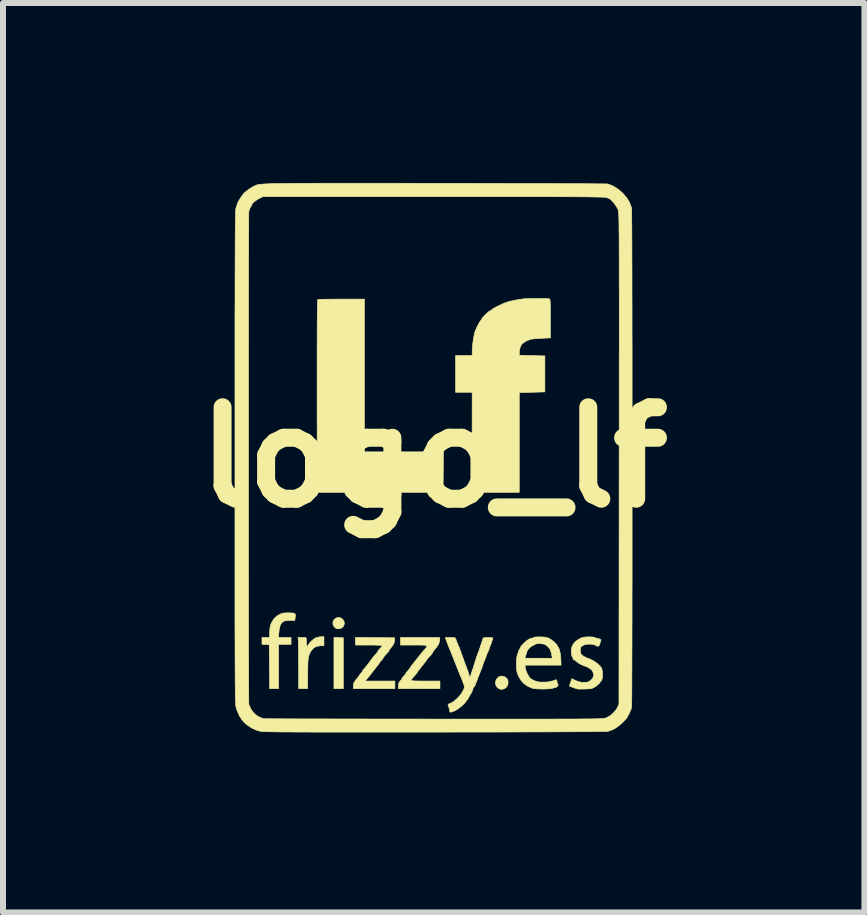
<source format=kicad_pcb>
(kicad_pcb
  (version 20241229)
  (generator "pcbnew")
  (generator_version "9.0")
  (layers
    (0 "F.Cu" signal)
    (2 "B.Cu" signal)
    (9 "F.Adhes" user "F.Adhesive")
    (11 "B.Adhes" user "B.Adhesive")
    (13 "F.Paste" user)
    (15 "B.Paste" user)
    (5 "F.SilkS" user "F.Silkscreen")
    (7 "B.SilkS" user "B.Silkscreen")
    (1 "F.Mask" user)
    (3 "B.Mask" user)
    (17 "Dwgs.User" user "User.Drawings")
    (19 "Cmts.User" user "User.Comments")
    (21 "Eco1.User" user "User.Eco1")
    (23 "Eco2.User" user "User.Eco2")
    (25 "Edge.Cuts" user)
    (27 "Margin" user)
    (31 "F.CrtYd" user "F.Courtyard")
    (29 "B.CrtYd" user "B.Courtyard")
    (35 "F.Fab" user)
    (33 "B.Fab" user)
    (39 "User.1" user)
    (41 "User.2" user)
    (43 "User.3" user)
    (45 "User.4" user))
  (footprint "logo_lf"
    (layer "F.Cu")
    (at 4.18 4.574)
    (property "Reference" "logo_lf" (at 0 0 0) (layer "F.SilkS") (effects (font (size 1.524 1.524) (thickness 0.3))))
    (attr through_hole)
    (fp_poly (pts (xy -1.585 3.004) (xy -1.507 3.008) (xy -1.507 3.432) (xy -1.507 3.856) (xy -1.663 3.856) (xy -1.663 3.001) (xy -1.585 3.004)) (stroke (width 0.01) (type solid)) (fill yes) (layer "F.SilkS"))
    (fp_poly (pts (xy -1.534 2.685) (xy -1.52 2.697) (xy -1.495 2.735) (xy -1.49 2.776) (xy -1.503 2.813) (xy -1.531 2.842) (xy -1.573 2.858) (xy -1.587 2.859) (xy -1.62 2.855) (xy -1.646 2.838) (xy -1.658 2.825) (xy -1.679 2.786) (xy -1.681 2.748) (xy -1.667 2.714) (xy -1.642 2.687) (xy -1.609 2.671) (xy -1.572 2.669) (xy -1.534 2.685)) (stroke (width 0.01) (type solid)) (fill yes) (layer "F.SilkS"))
    (fp_poly (pts (xy 1.174 3.654) (xy 1.178 3.656) (xy 1.215 3.681) (xy 1.235 3.712) (xy 1.24 3.743) (xy 1.235 3.791) (xy 1.214 3.829) (xy 1.182 3.855) (xy 1.143 3.867) (xy 1.101 3.863) (xy 1.063 3.839) (xy 1.058 3.834) (xy 1.034 3.794) (xy 1.029 3.753) (xy 1.039 3.713) (xy 1.061 3.679) (xy 1.093 3.655) (xy 1.131 3.645) (xy 1.174 3.654)) (stroke (width 0.01) (type solid)) (fill yes) (layer "F.SilkS"))
    (fp_poly (pts (xy -2.359 2.594) (xy -2.343 2.597) (xy -2.316 2.605) (xy -2.306 2.619) (xy -2.306 2.633) (xy -2.309 2.668) (xy -2.312 2.693) (xy -2.314 2.709) (xy -2.321 2.718) (xy -2.338 2.721) (xy -2.371 2.72) (xy -2.39 2.719) (xy -2.452 2.72) (xy -2.499 2.731) (xy -2.533 2.757) (xy -2.558 2.798) (xy -2.573 2.857) (xy -2.583 2.93) (xy -2.589 3.002) (xy -2.378 3.002) (xy -2.378 3.117) (xy -2.586 3.117) (xy -2.586 3.856) (xy -2.736 3.856) (xy -2.739 3.49) (xy -2.742 3.123) (xy -2.803 3.12) (xy -2.863 3.116) (xy -2.863 3.002) (xy -2.736 3.002) (xy -2.735 2.941) (xy -2.733 2.88) (xy -2.728 2.834) (xy -2.72 2.797) (xy -2.706 2.76) (xy -2.704 2.757) (xy -2.664 2.692) (xy -2.608 2.639) (xy -2.542 2.605) (xy -2.528 2.601) (xy -2.496 2.595) (xy -2.45 2.592) (xy -2.401 2.592) (xy -2.359 2.594)) (stroke (width 0.01) (type solid)) (fill yes) (layer "F.SilkS"))
    (fp_poly (pts (xy -1.155 -0.092) (xy 0.162 -0.092) (xy 0.159 0.245) (xy 0.156 0.583) (xy -0.892 0.583) (xy -1.045 0.583) (xy -1.192 0.583) (xy -1.33 0.583) (xy -1.459 0.583) (xy -1.575 0.583) (xy -1.679 0.583) (xy -1.767 0.583) (xy -1.84 0.583) (xy -1.894 0.583) (xy -1.928 0.583) (xy -1.941 0.583) (xy -1.941 0.583) (xy -1.941 0.572) (xy -1.941 0.539) (xy -1.942 0.485) (xy -1.942 0.412) (xy -1.942 0.322) (xy -1.942 0.215) (xy -1.943 0.092) (xy -1.943 -0.044) (xy -1.943 -0.193) (xy -1.943 -0.353) (xy -1.943 -0.523) (xy -1.944 -0.702) (xy -1.944 -0.888) (xy -1.944 -1.02) (xy -1.944 -1.277) (xy -1.944 -1.512) (xy -1.944 -1.725) (xy -1.943 -1.916) (xy -1.943 -2.084) (xy -1.942 -2.23) (xy -1.941 -2.354) (xy -1.94 -2.455) (xy -1.939 -2.533) (xy -1.937 -2.588) (xy -1.935 -2.621) (xy -1.934 -2.63) (xy -1.92 -2.632) (xy -1.886 -2.634) (xy -1.834 -2.635) (xy -1.767 -2.636) (xy -1.689 -2.637) (xy -1.602 -2.638) (xy -1.538 -2.638) (xy -1.155 -2.638) (xy -1.155 -0.092)) (stroke (width 0.01) (type solid)) (fill yes) (layer "F.SilkS"))
    (fp_poly (pts (xy -1.83 3.14) (xy -1.885 3.14) (xy -1.95 3.15) (xy -2.003 3.178) (xy -2.044 3.226) (xy -2.057 3.249) (xy -2.07 3.275) (xy -2.08 3.299) (xy -2.087 3.325) (xy -2.092 3.357) (xy -2.096 3.398) (xy -2.098 3.451) (xy -2.099 3.519) (xy -2.1 3.606) (xy -2.1 3.634) (xy -2.101 3.856) (xy -2.251 3.856) (xy -2.252 3.472) (xy -2.253 3.378) (xy -2.253 3.29) (xy -2.254 3.211) (xy -2.255 3.169) (xy -2.113 3.169) (xy -2.107 3.175) (xy -2.101 3.169) (xy -2.107 3.163) (xy -2.113 3.169) (xy -2.255 3.169) (xy -2.255 3.143) (xy -2.256 3.091) (xy -2.257 3.056) (xy -2.258 3.045) (xy -2.262 3.002) (xy -2.193 3.002) (xy -2.155 3.002) (xy -2.134 3.006) (xy -2.126 3.014) (xy -2.123 3.032) (xy -2.123 3.036) (xy -2.121 3.075) (xy -2.12 3.105) (xy -2.116 3.136) (xy -2.107 3.147) (xy -2.096 3.138) (xy -2.091 3.128) (xy -2.071 3.096) (xy -2.037 3.06) (xy -1.998 3.028) (xy -1.96 3.006) (xy -1.952 3.003) (xy -1.912 2.994) (xy -1.871 2.99) (xy -1.83 2.99) (xy -1.83 3.14)) (stroke (width 0.01) (type solid)) (fill yes) (layer "F.SilkS"))
    (fp_poly (pts (xy 0.098 3.054) (xy 0.086 3.106) (xy 0.062 3.146) (xy 0.02 3.197) (xy -0.008 3.234) (xy -0.022 3.257) (xy -0.023 3.262) (xy -0.029 3.274) (xy -0.037 3.283) (xy -0.067 3.316) (xy -0.094 3.345) (xy -0.113 3.369) (xy -0.121 3.382) (xy -0.121 3.383) (xy -0.122 3.389) (xy -0.129 3.398) (xy -0.146 3.417) (xy -0.168 3.444) (xy -0.173 3.451) (xy -0.199 3.484) (xy -0.229 3.522) (xy -0.24 3.535) (xy -0.261 3.563) (xy -0.275 3.583) (xy -0.277 3.589) (xy -0.285 3.601) (xy -0.304 3.624) (xy -0.326 3.649) (xy -0.353 3.679) (xy -0.371 3.704) (xy -0.378 3.716) (xy -0.372 3.721) (xy -0.351 3.724) (xy -0.312 3.727) (xy -0.255 3.728) (xy -0.176 3.729) (xy -0.139 3.729) (xy 0.104 3.729) (xy 0.104 3.856) (xy -0.589 3.856) (xy -0.589 3.806) (xy -0.585 3.767) (xy -0.569 3.739) (xy -0.56 3.729) (xy -0.54 3.707) (xy -0.531 3.69) (xy -0.531 3.689) (xy -0.523 3.673) (xy -0.504 3.65) (xy -0.497 3.643) (xy -0.476 3.621) (xy -0.467 3.607) (xy -0.467 3.605) (xy -0.463 3.594) (xy -0.446 3.573) (xy -0.432 3.558) (xy -0.41 3.532) (xy -0.395 3.513) (xy -0.393 3.508) (xy -0.386 3.495) (xy -0.369 3.472) (xy -0.355 3.454) (xy -0.318 3.407) (xy -0.283 3.363) (xy -0.25 3.321) (xy -0.229 3.294) (xy -0.2 3.258) (xy -0.177 3.232) (xy -0.146 3.197) (xy -0.125 3.171) (xy -0.115 3.153) (xy -0.118 3.141) (xy -0.136 3.133) (xy -0.171 3.13) (xy -0.224 3.129) (xy -0.297 3.129) (xy -0.329 3.129) (xy -0.554 3.129) (xy -0.554 3.002) (xy 0.101 3.002) (xy 0.098 3.054)) (stroke (width 0.01) (type solid)) (fill yes) (layer "F.SilkS"))
    (fp_poly (pts (xy -0.652 3.008) (xy -0.652 3.048) (xy -0.66 3.093) (xy -0.687 3.142) (xy -0.726 3.189) (xy -0.742 3.21) (xy -0.747 3.221) (xy -0.746 3.221) (xy -0.745 3.228) (xy -0.753 3.237) (xy -0.784 3.271) (xy -0.813 3.303) (xy -0.833 3.328) (xy -0.842 3.342) (xy -0.842 3.343) (xy -0.848 3.355) (xy -0.866 3.377) (xy -0.876 3.389) (xy -0.898 3.414) (xy -0.91 3.432) (xy -0.912 3.436) (xy -0.919 3.448) (xy -0.937 3.472) (xy -0.95 3.487) (xy -0.981 3.526) (xy -1.013 3.567) (xy -1.022 3.579) (xy -1.05 3.617) (xy -1.084 3.659) (xy -1.101 3.678) (xy -1.146 3.729) (xy -0.647 3.729) (xy -0.647 3.856) (xy -1.339 3.856) (xy -1.339 3.804) (xy -1.336 3.77) (xy -1.329 3.753) (xy -1.326 3.752) (xy -1.318 3.748) (xy -1.319 3.745) (xy -1.316 3.734) (xy -1.301 3.712) (xy -1.287 3.696) (xy -1.264 3.67) (xy -1.25 3.651) (xy -1.247 3.646) (xy -1.24 3.633) (xy -1.222 3.61) (xy -1.211 3.597) (xy -1.192 3.573) (xy -1.182 3.558) (xy -1.183 3.556) (xy -1.181 3.549) (xy -1.167 3.532) (xy -1.165 3.53) (xy -1.144 3.506) (xy -1.115 3.471) (xy -1.084 3.431) (xy -1.056 3.393) (xy -1.036 3.365) (xy -1.033 3.362) (xy -1.025 3.349) (xy -1.016 3.337) (xy -1 3.319) (xy -0.975 3.29) (xy -0.962 3.276) (xy -0.941 3.251) (xy -0.93 3.234) (xy -0.93 3.23) (xy -0.925 3.22) (xy -0.908 3.2) (xy -0.895 3.186) (xy -0.871 3.162) (xy -0.857 3.143) (xy -0.854 3.138) (xy -0.865 3.135) (xy -0.896 3.133) (xy -0.943 3.131) (xy -1.002 3.129) (xy -1.07 3.129) (xy -1.079 3.129) (xy -1.305 3.129) (xy -1.305 3.001) (xy -0.652 3.008)) (stroke (width 0.01) (type solid)) (fill yes) (layer "F.SilkS"))
    (fp_poly (pts (xy 1.81 -2.648) (xy 1.863 -2.647) (xy 1.903 -2.645) (xy 1.926 -2.642) (xy 1.929 -2.642) (xy 1.934 -2.637) (xy 1.938 -2.625) (xy 1.941 -2.604) (xy 1.943 -2.571) (xy 1.944 -2.524) (xy 1.945 -2.46) (xy 1.945 -2.376) (xy 1.945 -2.313) (xy 1.945 -1.992) (xy 1.801 -1.985) (xy 1.723 -1.98) (xy 1.665 -1.975) (xy 1.623 -1.969) (xy 1.594 -1.961) (xy 1.575 -1.951) (xy 1.573 -1.949) (xy 1.561 -1.943) (xy 1.559 -1.945) (xy 1.551 -1.946) (xy 1.54 -1.939) (xy 1.514 -1.92) (xy 1.498 -1.911) (xy 1.468 -1.885) (xy 1.445 -1.843) (xy 1.43 -1.792) (xy 1.427 -1.761) (xy 1.425 -1.703) (xy 1.639 -1.697) (xy 1.853 -1.691) (xy 1.853 -1.091) (xy 1.426 -1.079) (xy 1.426 -0.248) (xy 1.426 0.583) (xy 1.035 0.583) (xy 0.943 0.583) (xy 0.858 0.583) (xy 0.783 0.582) (xy 0.722 0.581) (xy 0.676 0.58) (xy 0.649 0.578) (xy 0.642 0.577) (xy 0.641 0.565) (xy 0.641 0.532) (xy 0.641 0.479) (xy 0.64 0.408) (xy 0.64 0.322) (xy 0.64 0.222) (xy 0.64 0.11) (xy 0.64 -0.012) (xy 0.64 -0.143) (xy 0.64 -0.257) (xy 0.641 -1.085) (xy 0.364 -1.085) (xy 0.364 -1.697) (xy 0.642 -1.697) (xy 0.641 -1.752) (xy 0.643 -1.807) (xy 0.648 -1.875) (xy 0.656 -1.934) (xy 1.512 -1.934) (xy 1.518 -1.928) (xy 1.524 -1.934) (xy 1.518 -1.94) (xy 1.512 -1.934) (xy 0.656 -1.934) (xy 0.657 -1.945) (xy 0.668 -2.012) (xy 0.68 -2.066) (xy 0.683 -2.078) (xy 0.697 -2.118) (xy 0.717 -2.164) (xy 0.739 -2.209) (xy 0.759 -2.246) (xy 0.775 -2.271) (xy 0.779 -2.274) (xy 0.794 -2.293) (xy 0.797 -2.302) (xy 0.804 -2.316) (xy 0.824 -2.34) (xy 0.852 -2.37) (xy 0.881 -2.398) (xy 0.907 -2.422) (xy 0.925 -2.435) (xy 0.929 -2.436) (xy 0.945 -2.443) (xy 0.96 -2.455) (xy 0.989 -2.478) (xy 1.027 -2.5) (xy 1.081 -2.527) (xy 1.085 -2.529) (xy 1.121 -2.546) (xy 1.152 -2.56) (xy 1.161 -2.565) (xy 1.187 -2.575) (xy 1.201 -2.579) (xy 1.225 -2.586) (xy 1.23 -2.589) (xy 1.251 -2.597) (xy 1.271 -2.602) (xy 1.306 -2.609) (xy 1.328 -2.614) (xy 1.4 -2.628) (xy 1.484 -2.641) (xy 1.516 -2.644) (xy 1.563 -2.646) (xy 1.621 -2.647) (xy 1.684 -2.648) (xy 1.749 -2.648) (xy 1.81 -2.648)) (stroke (width 0.01) (type solid)) (fill yes) (layer "F.SilkS"))
    (fp_poly (pts (xy 2.63 2.994) (xy 2.664 2.997) (xy 2.683 3.001) (xy 2.685 3.003) (xy 2.701 3.012) (xy 2.712 3.013) (xy 2.737 3.018) (xy 2.761 3.027) (xy 2.79 3.041) (xy 2.773 3.096) (xy 2.76 3.132) (xy 2.748 3.148) (xy 2.73 3.148) (xy 2.702 3.135) (xy 2.701 3.134) (xy 2.655 3.118) (xy 2.602 3.113) (xy 2.549 3.116) (xy 2.501 3.129) (xy 2.466 3.149) (xy 2.45 3.169) (xy 2.443 3.203) (xy 2.445 3.243) (xy 2.455 3.277) (xy 2.46 3.286) (xy 2.479 3.302) (xy 2.508 3.321) (xy 2.537 3.337) (xy 2.552 3.343) (xy 2.613 3.365) (xy 2.675 3.399) (xy 2.731 3.439) (xy 2.776 3.483) (xy 2.799 3.515) (xy 2.808 3.547) (xy 2.813 3.591) (xy 2.814 3.639) (xy 2.81 3.683) (xy 2.801 3.712) (xy 2.758 3.77) (xy 2.703 3.818) (xy 2.641 3.851) (xy 2.632 3.853) (xy 2.614 3.856) (xy 2.58 3.859) (xy 2.537 3.861) (xy 2.492 3.862) (xy 2.45 3.863) (xy 2.417 3.863) (xy 2.4 3.861) (xy 2.399 3.861) (xy 2.385 3.856) (xy 2.372 3.852) (xy 2.345 3.845) (xy 2.315 3.833) (xy 2.288 3.823) (xy 2.271 3.82) (xy 2.27 3.82) (xy 2.265 3.813) (xy 2.269 3.789) (xy 2.28 3.753) (xy 2.288 3.733) (xy 2.297 3.707) (xy 2.299 3.692) (xy 2.307 3.692) (xy 2.328 3.701) (xy 2.339 3.707) (xy 2.37 3.722) (xy 2.395 3.732) (xy 2.399 3.733) (xy 2.423 3.739) (xy 2.43 3.742) (xy 2.454 3.748) (xy 2.491 3.751) (xy 2.531 3.75) (xy 2.565 3.746) (xy 2.575 3.743) (xy 2.617 3.718) (xy 2.649 3.683) (xy 2.666 3.644) (xy 2.667 3.63) (xy 2.664 3.602) (xy 2.656 3.585) (xy 2.655 3.585) (xy 2.648 3.571) (xy 2.65 3.567) (xy 2.645 3.556) (xy 2.625 3.538) (xy 2.598 3.517) (xy 2.568 3.499) (xy 2.542 3.486) (xy 2.532 3.483) (xy 2.497 3.472) (xy 2.452 3.451) (xy 2.409 3.426) (xy 2.377 3.401) (xy 2.376 3.401) (xy 2.352 3.381) (xy 2.333 3.372) (xy 2.331 3.371) (xy 2.323 3.367) (xy 2.324 3.364) (xy 2.325 3.35) (xy 2.318 3.339) (xy 2.307 3.321) (xy 2.299 3.297) (xy 2.294 3.259) (xy 2.292 3.239) (xy 2.298 3.174) (xy 2.325 3.115) (xy 2.371 3.063) (xy 2.436 3.021) (xy 2.439 3.019) (xy 2.476 3.004) (xy 2.516 2.996) (xy 2.568 2.993) (xy 2.586 2.992) (xy 2.63 2.994)) (stroke (width 0.01) (type solid)) (fill yes) (layer "F.SilkS"))
    (fp_poly (pts (xy 1.797 2.993) (xy 1.837 2.996) (xy 1.867 3) (xy 1.879 3.004) (xy 1.891 3.011) (xy 1.893 3.01) (xy 1.901 3.007) (xy 1.922 3.016) (xy 1.95 3.034) (xy 1.982 3.057) (xy 2.013 3.082) (xy 2.037 3.107) (xy 2.05 3.122) (xy 2.077 3.169) (xy 2.092 3.197) (xy 2.096 3.209) (xy 2.095 3.21) (xy 2.095 3.219) (xy 2.103 3.241) (xy 2.103 3.241) (xy 2.11 3.268) (xy 2.115 3.309) (xy 2.119 3.358) (xy 2.12 3.368) (xy 2.123 3.464) (xy 1.521 3.464) (xy 1.527 3.51) (xy 1.54 3.559) (xy 1.562 3.612) (xy 1.59 3.659) (xy 1.602 3.675) (xy 1.628 3.696) (xy 1.664 3.716) (xy 1.7 3.731) (xy 1.711 3.733) (xy 1.734 3.74) (xy 1.738 3.742) (xy 1.752 3.744) (xy 1.781 3.746) (xy 1.819 3.746) (xy 1.859 3.746) (xy 1.893 3.745) (xy 1.917 3.743) (xy 1.922 3.741) (xy 1.933 3.737) (xy 1.964 3.73) (xy 1.983 3.727) (xy 2.006 3.72) (xy 2.016 3.714) (xy 2.036 3.706) (xy 2.051 3.716) (xy 2.055 3.733) (xy 2.058 3.757) (xy 2.063 3.768) (xy 2.075 3.792) (xy 2.066 3.814) (xy 2.04 3.832) (xy 2.02 3.838) (xy 1.998 3.842) (xy 1.992 3.845) (xy 1.981 3.851) (xy 1.952 3.856) (xy 1.909 3.859) (xy 1.858 3.861) (xy 1.803 3.862) (xy 1.749 3.86) (xy 1.701 3.858) (xy 1.663 3.853) (xy 1.645 3.849) (xy 1.565 3.814) (xy 1.503 3.771) (xy 1.454 3.716) (xy 1.413 3.644) (xy 1.412 3.643) (xy 1.397 3.606) (xy 1.387 3.572) (xy 1.381 3.533) (xy 1.379 3.482) (xy 1.378 3.458) (xy 1.379 3.39) (xy 1.383 3.348) (xy 1.521 3.348) (xy 1.977 3.348) (xy 1.969 3.305) (xy 1.956 3.245) (xy 1.939 3.201) (xy 1.915 3.168) (xy 1.894 3.148) (xy 1.869 3.129) (xy 1.852 3.117) (xy 1.849 3.116) (xy 1.833 3.113) (xy 1.818 3.11) (xy 1.771 3.104) (xy 1.725 3.106) (xy 1.687 3.116) (xy 1.672 3.127) (xy 1.653 3.139) (xy 1.645 3.14) (xy 1.631 3.148) (xy 1.609 3.166) (xy 1.585 3.189) (xy 1.567 3.209) (xy 1.56 3.221) (xy 1.556 3.235) (xy 1.548 3.259) (xy 1.536 3.294) (xy 1.529 3.32) (xy 1.521 3.348) (xy 1.383 3.348) (xy 1.384 3.335) (xy 1.392 3.3) (xy 1.402 3.271) (xy 1.408 3.252) (xy 1.408 3.25) (xy 1.419 3.219) (xy 1.438 3.187) (xy 1.441 3.184) (xy 1.451 3.168) (xy 1.448 3.163) (xy 1.451 3.156) (xy 1.466 3.137) (xy 1.492 3.109) (xy 1.496 3.105) (xy 1.551 3.055) (xy 1.6 3.024) (xy 1.641 3.013) (xy 1.641 3.013) (xy 1.662 3.008) (xy 1.668 3.003) (xy 1.682 2.997) (xy 1.713 2.994) (xy 1.753 2.993) (xy 1.797 2.993)) (stroke (width 0.01) (type solid)) (fill yes) (layer "F.SilkS"))
    (fp_poly (pts (xy 0.315 3.002) (xy 0.343 3.005) (xy 0.358 3.011) (xy 0.366 3.022) (xy 0.368 3.028) (xy 0.377 3.051) (xy 0.379 3.063) (xy 0.385 3.078) (xy 0.397 3.104) (xy 0.398 3.106) (xy 0.408 3.129) (xy 0.409 3.14) (xy 0.408 3.14) (xy 0.409 3.148) (xy 0.421 3.163) (xy 0.434 3.18) (xy 0.434 3.187) (xy 0.434 3.195) (xy 0.442 3.217) (xy 0.445 3.221) (xy 0.455 3.244) (xy 0.456 3.256) (xy 0.455 3.256) (xy 0.454 3.263) (xy 0.459 3.27) (xy 0.467 3.287) (xy 0.481 3.32) (xy 0.496 3.364) (xy 0.502 3.383) (xy 0.518 3.428) (xy 0.532 3.466) (xy 0.543 3.491) (xy 0.546 3.495) (xy 0.551 3.508) (xy 0.548 3.51) (xy 0.547 3.517) (xy 0.553 3.525) (xy 0.566 3.55) (xy 0.57 3.563) (xy 0.578 3.592) (xy 0.582 3.604) (xy 0.591 3.631) (xy 0.593 3.641) (xy 0.6 3.663) (xy 0.608 3.663) (xy 0.616 3.641) (xy 0.618 3.629) (xy 0.626 3.597) (xy 0.636 3.573) (xy 0.638 3.57) (xy 0.644 3.558) (xy 0.641 3.556) (xy 0.639 3.549) (xy 0.644 3.541) (xy 0.656 3.519) (xy 0.662 3.495) (xy 0.669 3.468) (xy 0.675 3.452) (xy 0.683 3.432) (xy 0.688 3.409) (xy 0.695 3.382) (xy 0.702 3.366) (xy 0.71 3.345) (xy 0.713 3.332) (xy 0.722 3.305) (xy 0.729 3.294) (xy 0.736 3.281) (xy 0.733 3.279) (xy 0.732 3.272) (xy 0.737 3.264) (xy 0.75 3.239) (xy 0.754 3.226) (xy 0.762 3.196) (xy 0.767 3.185) (xy 0.776 3.159) (xy 0.778 3.15) (xy 0.786 3.125) (xy 0.789 3.117) (xy 0.797 3.096) (xy 0.808 3.063) (xy 0.811 3.054) (xy 0.826 3.008) (xy 0.893 3.004) (xy 0.943 3.003) (xy 0.972 3.005) (xy 0.985 3.014) (xy 0.984 3.03) (xy 0.976 3.048) (xy 0.966 3.071) (xy 0.964 3.082) (xy 0.965 3.083) (xy 0.966 3.09) (xy 0.961 3.097) (xy 0.952 3.116) (xy 0.939 3.148) (xy 0.929 3.175) (xy 0.917 3.212) (xy 0.906 3.24) (xy 0.9 3.25) (xy 0.889 3.27) (xy 0.889 3.273) (xy 0.884 3.289) (xy 0.876 3.312) (xy 0.864 3.342) (xy 0.854 3.368) (xy 0.849 3.383) (xy 0.849 3.383) (xy 0.843 3.397) (xy 0.841 3.4) (xy 0.834 3.417) (xy 0.823 3.448) (xy 0.814 3.475) (xy 0.802 3.512) (xy 0.791 3.54) (xy 0.787 3.55) (xy 0.779 3.566) (xy 0.779 3.568) (xy 0.774 3.582) (xy 0.763 3.61) (xy 0.749 3.645) (xy 0.743 3.66) (xy 0.734 3.682) (xy 0.732 3.689) (xy 0.726 3.706) (xy 0.715 3.735) (xy 0.711 3.744) (xy 0.699 3.773) (xy 0.692 3.793) (xy 0.692 3.796) (xy 0.684 3.81) (xy 0.672 3.826) (xy 0.658 3.843) (xy 0.655 3.852) (xy 0.653 3.865) (xy 0.644 3.891) (xy 0.63 3.921) (xy 0.615 3.948) (xy 0.607 3.96) (xy 0.594 3.977) (xy 0.592 3.983) (xy 0.587 3.995) (xy 0.573 4.02) (xy 0.563 4.035) (xy 0.521 4.09) (xy 0.469 4.143) (xy 0.412 4.188) (xy 0.355 4.223) (xy 0.303 4.244) (xy 0.289 4.246) (xy 0.27 4.247) (xy 0.268 4.243) (xy 0.268 4.229) (xy 0.262 4.2) (xy 0.254 4.173) (xy 0.244 4.14) (xy 0.239 4.118) (xy 0.24 4.113) (xy 0.255 4.11) (xy 0.281 4.099) (xy 0.294 4.093) (xy 0.344 4.061) (xy 0.396 4.014) (xy 0.444 3.961) (xy 0.481 3.906) (xy 0.488 3.893) (xy 0.504 3.857) (xy 0.511 3.831) (xy 0.508 3.804) (xy 0.495 3.768) (xy 0.489 3.752) (xy 0.48 3.73) (xy 0.478 3.723) (xy 0.472 3.706) (xy 0.46 3.677) (xy 0.455 3.666) (xy 0.442 3.636) (xy 0.434 3.617) (xy 0.433 3.614) (xy 0.427 3.599) (xy 0.417 3.573) (xy 0.405 3.543) (xy 0.396 3.521) (xy 0.389 3.503) (xy 0.387 3.498) (xy 0.381 3.483) (xy 0.37 3.456) (xy 0.358 3.427) (xy 0.35 3.406) (xy 0.342 3.387) (xy 0.341 3.383) (xy 0.335 3.368) (xy 0.325 3.342) (xy 0.313 3.312) (xy 0.304 3.29) (xy 0.296 3.268) (xy 0.294 3.262) (xy 0.287 3.245) (xy 0.275 3.216) (xy 0.27 3.204) (xy 0.257 3.174) (xy 0.249 3.155) (xy 0.248 3.152) (xy 0.243 3.138) (xy 0.233 3.113) (xy 0.232 3.111) (xy 0.216 3.069) (xy 0.208 3.044) (xy 0.206 3.036) (xy 0.199 3.024) (xy 0.194 3.016) (xy 0.192 3.009) (xy 0.205 3.004) (xy 0.236 3.002) (xy 0.27 3.002) (xy 0.315 3.002)) (stroke (width 0.01) (type solid)) (fill yes) (layer "F.SilkS"))
    (fp_poly (pts (xy -1.254 -4.569) (xy -1.028 -4.569) (xy -0.782 -4.569) (xy -0.516 -4.569) (xy -0.228 -4.568) (xy 0.017 -4.568) (xy 0.273 -4.568) (xy 0.522 -4.568) (xy 0.765 -4.567) (xy 1 -4.567) (xy 1.226 -4.566) (xy 1.442 -4.566) (xy 1.647 -4.565) (xy 1.841 -4.565) (xy 2.021 -4.564) (xy 2.188 -4.563) (xy 2.34 -4.562) (xy 2.475 -4.562) (xy 2.595 -4.561) (xy 2.696 -4.56) (xy 2.778 -4.559) (xy 2.841 -4.559) (xy 2.882 -4.558) (xy 2.902 -4.557) (xy 2.904 -4.557) (xy 2.99 -4.523) (xy 3.074 -4.471) (xy 3.15 -4.405) (xy 3.216 -4.329) (xy 3.266 -4.246) (xy 3.297 -4.161) (xy 3.298 -4.156) (xy 3.299 -4.142) (xy 3.3 -4.105) (xy 3.301 -4.047) (xy 3.301 -3.969) (xy 3.302 -3.872) (xy 3.303 -3.756) (xy 3.303 -3.624) (xy 3.304 -3.476) (xy 3.304 -3.312) (xy 3.305 -3.135) (xy 3.305 -2.944) (xy 3.305 -2.742) (xy 3.306 -2.528) (xy 3.306 -2.304) (xy 3.306 -2.071) (xy 3.307 -1.831) (xy 3.307 -1.583) (xy 3.307 -1.329) (xy 3.307 -1.07) (xy 3.307 -0.807) (xy 3.308 -0.541) (xy 3.308 -0.273) (xy 3.308 -0.003) (xy 3.308 0.266) (xy 3.308 0.534) (xy 3.307 0.8) (xy 3.307 1.063) (xy 3.307 1.323) (xy 3.307 1.577) (xy 3.307 1.825) (xy 3.307 2.067) (xy 3.306 2.3) (xy 3.306 2.524) (xy 3.306 2.739) (xy 3.305 2.942) (xy 3.305 3.133) (xy 3.304 3.312) (xy 3.304 3.476) (xy 3.303 3.625) (xy 3.303 3.759) (xy 3.302 3.875) (xy 3.302 3.973) (xy 3.301 4.053) (xy 3.3 4.112) (xy 3.299 4.15) (xy 3.299 4.167) (xy 3.299 4.167) (xy 3.29 4.197) (xy 3.282 4.218) (xy 3.281 4.219) (xy 3.273 4.235) (xy 3.272 4.237) (xy 3.261 4.267) (xy 3.243 4.299) (xy 3.235 4.309) (xy 3.225 4.325) (xy 3.228 4.33) (xy 3.225 4.337) (xy 3.208 4.357) (xy 3.181 4.387) (xy 3.157 4.411) (xy 3.106 4.458) (xy 3.052 4.499) (xy 3 4.531) (xy 2.956 4.55) (xy 2.942 4.553) (xy 2.919 4.561) (xy 2.909 4.567) (xy 2.896 4.568) (xy 2.86 4.569) (xy 2.801 4.57) (xy 2.72 4.571) (xy 2.617 4.572) (xy 2.493 4.573) (xy 2.348 4.574) (xy 2.182 4.575) (xy 1.996 4.576) (xy 1.789 4.577) (xy 1.562 4.577) (xy 1.316 4.578) (xy 1.051 4.579) (xy 0.767 4.579) (xy 0.465 4.579) (xy 0.144 4.58) (xy 0.029 4.58) (xy -0.28 4.58) (xy -0.566 4.58) (xy -0.83 4.58) (xy -1.074 4.58) (xy -1.299 4.58) (xy -1.504 4.58) (xy -1.691 4.58) (xy -1.861 4.58) (xy -2.014 4.58) (xy -2.152 4.579) (xy -2.275 4.579) (xy -2.384 4.578) (xy -2.48 4.578) (xy -2.563 4.577) (xy -2.635 4.576) (xy -2.696 4.575) (xy -2.748 4.574) (xy -2.79 4.573) (xy -2.824 4.572) (xy -2.851 4.571) (xy -2.871 4.569) (xy -2.886 4.567) (xy -2.895 4.566) (xy -2.896 4.565) (xy -2.972 4.541) (xy -3.038 4.509) (xy -3.104 4.465) (xy -3.15 4.428) (xy -3.195 4.378) (xy -3.238 4.31) (xy -3.276 4.226) (xy -3.29 4.186) (xy -3.292 4.18) (xy -3.294 4.173) (xy -3.296 4.165) (xy -3.298 4.155) (xy -3.299 4.143) (xy -3.301 4.127) (xy -3.302 4.106) (xy -3.303 4.081) (xy -3.305 4.051) (xy -3.306 4.014) (xy -3.307 3.97) (xy -3.308 3.918) (xy -3.308 3.858) (xy -3.309 3.789) (xy -3.31 3.71) (xy -3.31 3.621) (xy -3.311 3.52) (xy -3.311 3.407) (xy -3.312 3.281) (xy -3.312 3.142) (xy -3.312 2.989) (xy -3.313 2.821) (xy -3.313 2.637) (xy -3.313 2.437) (xy -3.313 2.22) (xy -3.313 1.985) (xy -3.313 1.731) (xy -3.313 1.459) (xy -3.313 1.166) (xy -3.313 0.853) (xy -3.313 0.519) (xy -3.313 0.162) (xy -3.313 0.011) (xy -3.088 0.011) (xy -3.088 0.278) (xy -3.088 0.544) (xy -3.088 0.808) (xy -3.088 1.069) (xy -3.088 1.326) (xy -3.088 1.578) (xy -3.088 1.824) (xy -3.087 2.063) (xy -3.087 2.294) (xy -3.087 2.515) (xy -3.087 2.727) (xy -3.086 2.928) (xy -3.086 3.116) (xy -3.086 3.292) (xy -3.085 3.453) (xy -3.085 3.599) (xy -3.085 3.729) (xy -3.084 3.842) (xy -3.084 3.937) (xy -3.083 4.013) (xy -3.083 4.069) (xy -3.082 4.104) (xy -3.082 4.116) (xy -3.048 4.195) (xy -3 4.261) (xy -2.94 4.31) (xy -2.924 4.32) (xy -2.886 4.338) (xy -2.853 4.351) (xy -2.838 4.356) (xy -2.824 4.356) (xy -2.788 4.357) (xy -2.731 4.357) (xy -2.654 4.358) (xy -2.558 4.358) (xy -2.444 4.359) (xy -2.312 4.359) (xy -2.165 4.36) (xy -2.003 4.36) (xy -1.826 4.36) (xy -1.637 4.361) (xy -1.435 4.361) (xy -1.222 4.361) (xy -1 4.362) (xy -0.768 4.362) (xy -0.528 4.362) (xy -0.281 4.362) (xy -0.028 4.363) (xy 0.003 4.363) (xy 0.304 4.363) (xy 0.582 4.363) (xy 0.84 4.363) (xy 1.077 4.363) (xy 1.294 4.363) (xy 1.492 4.363) (xy 1.673 4.363) (xy 1.837 4.363) (xy 1.984 4.363) (xy 2.117 4.362) (xy 2.235 4.362) (xy 2.339 4.362) (xy 2.431 4.361) (xy 2.511 4.36) (xy 2.58 4.36) (xy 2.639 4.359) (xy 2.689 4.358) (xy 2.731 4.357) (xy 2.766 4.356) (xy 2.793 4.354) (xy 2.816 4.353) (xy 2.833 4.351) (xy 2.847 4.349) (xy 2.857 4.347) (xy 2.866 4.345) (xy 2.873 4.343) (xy 2.877 4.341) (xy 2.939 4.308) (xy 2.997 4.259) (xy 3.045 4.2) (xy 3.063 4.168) (xy 3.088 4.116) (xy 3.091 0.02) (xy 3.092 -0.345) (xy 3.092 -0.688) (xy 3.092 -1.009) (xy 3.092 -1.309) (xy 3.092 -1.589) (xy 3.093 -1.85) (xy 3.093 -2.092) (xy 3.093 -2.315) (xy 3.093 -2.522) (xy 3.093 -2.711) (xy 3.092 -2.885) (xy 3.092 -3.044) (xy 3.092 -3.188) (xy 3.092 -3.319) (xy 3.091 -3.436) (xy 3.091 -3.541) (xy 3.091 -3.635) (xy 3.09 -3.717) (xy 3.089 -3.79) (xy 3.089 -3.853) (xy 3.088 -3.907) (xy 3.087 -3.953) (xy 3.086 -3.992) (xy 3.085 -4.025) (xy 3.084 -4.051) (xy 3.082 -4.073) (xy 3.081 -4.09) (xy 3.079 -4.103) (xy 3.078 -4.113) (xy 3.076 -4.121) (xy 3.074 -4.128) (xy 3.072 -4.133) (xy 3.071 -4.135) (xy 3.056 -4.165) (xy 3.032 -4.201) (xy 3.004 -4.239) (xy 2.974 -4.273) (xy 2.947 -4.3) (xy 2.928 -4.314) (xy 2.922 -4.316) (xy 2.908 -4.319) (xy 2.883 -4.33) (xy 2.881 -4.331) (xy 2.874 -4.332) (xy 2.863 -4.334) (xy 2.845 -4.335) (xy 2.82 -4.337) (xy 2.787 -4.338) (xy 2.746 -4.339) (xy 2.695 -4.34) (xy 2.634 -4.341) (xy 2.562 -4.342) (xy 2.478 -4.343) (xy 2.382 -4.344) (xy 2.272 -4.344) (xy 2.147 -4.345) (xy 2.008 -4.345) (xy 1.852 -4.346) (xy 1.68 -4.346) (xy 1.49 -4.346) (xy 1.282 -4.346) (xy 1.055 -4.347) (xy 0.808 -4.347) (xy 0.54 -4.347) (xy 0.25 -4.347) (xy 0 -4.347) (xy -2.846 -4.347) (xy -2.91 -4.315) (xy -2.94 -4.298) (xy -2.972 -4.276) (xy -3.001 -4.253) (xy -3.022 -4.233) (xy -3.032 -4.219) (xy -3.029 -4.214) (xy -3.029 -4.207) (xy -3.039 -4.194) (xy -3.061 -4.16) (xy -3.079 -4.111) (xy -3.081 -4.104) (xy -3.082 -4.091) (xy -3.083 -4.056) (xy -3.083 -3.999) (xy -3.084 -3.923) (xy -3.084 -3.827) (xy -3.085 -3.713) (xy -3.085 -3.582) (xy -3.085 -3.436) (xy -3.086 -3.274) (xy -3.086 -3.098) (xy -3.086 -2.909) (xy -3.087 -2.708) (xy -3.087 -2.496) (xy -3.087 -2.273) (xy -3.087 -2.042) (xy -3.088 -1.803) (xy -3.088 -1.557) (xy -3.088 -1.305) (xy -3.088 -1.048) (xy -3.088 -0.787) (xy -3.088 -0.522) (xy -3.088 -0.256) (xy -3.088 0.011) (xy -3.313 0.011) (xy -3.313 0.005) (xy -3.313 -0.365) (xy -3.313 -0.714) (xy -3.313 -1.041) (xy -3.313 -1.346) (xy -3.313 -1.632) (xy -3.313 -1.897) (xy -3.313 -2.144) (xy -3.313 -2.372) (xy -3.312 -2.583) (xy -3.312 -2.777) (xy -3.312 -2.955) (xy -3.311 -3.117) (xy -3.311 -3.264) (xy -3.31 -3.397) (xy -3.31 -3.517) (xy -3.309 -3.623) (xy -3.309 -3.718) (xy -3.308 -3.801) (xy -3.307 -3.874) (xy -3.306 -3.936) (xy -3.305 -3.989) (xy -3.304 -4.033) (xy -3.303 -4.07) (xy -3.302 -4.099) (xy -3.301 -4.121) (xy -3.3 -4.138) (xy -3.298 -4.149) (xy -3.297 -4.155) (xy -3.297 -4.155) (xy -3.286 -4.186) (xy -3.279 -4.208) (xy -3.279 -4.211) (xy -3.269 -4.24) (xy -3.248 -4.279) (xy -3.221 -4.324) (xy -3.191 -4.368) (xy -3.162 -4.404) (xy -3.144 -4.422) (xy -3.078 -4.471) (xy -3.019 -4.508) (xy -3 -4.518) (xy -2.989 -4.523) (xy -2.978 -4.528) (xy -2.968 -4.533) (xy -2.957 -4.538) (xy -2.944 -4.542) (xy -2.929 -4.545) (xy -2.911 -4.549) (xy -2.888 -4.552) (xy -2.861 -4.554) (xy -2.827 -4.557) (xy -2.787 -4.559) (xy -2.739 -4.561) (xy -2.683 -4.563) (xy -2.617 -4.564) (xy -2.541 -4.565) (xy -2.454 -4.566) (xy -2.356 -4.567) (xy -2.244 -4.568) (xy -2.118 -4.568) (xy -1.978 -4.569) (xy -1.822 -4.569) (xy -1.651 -4.569) (xy -1.461 -4.569) (xy -1.254 -4.569)) (stroke (width 0.01) (type solid)) (fill yes) (layer "F.SilkS")))
  (gr_rect
    (start -3 -3)
    (end 11.36 12.16)
    (stroke (width 0.1) (type default))
    (fill no)
    (layer "Edge.Cuts")))
</source>
